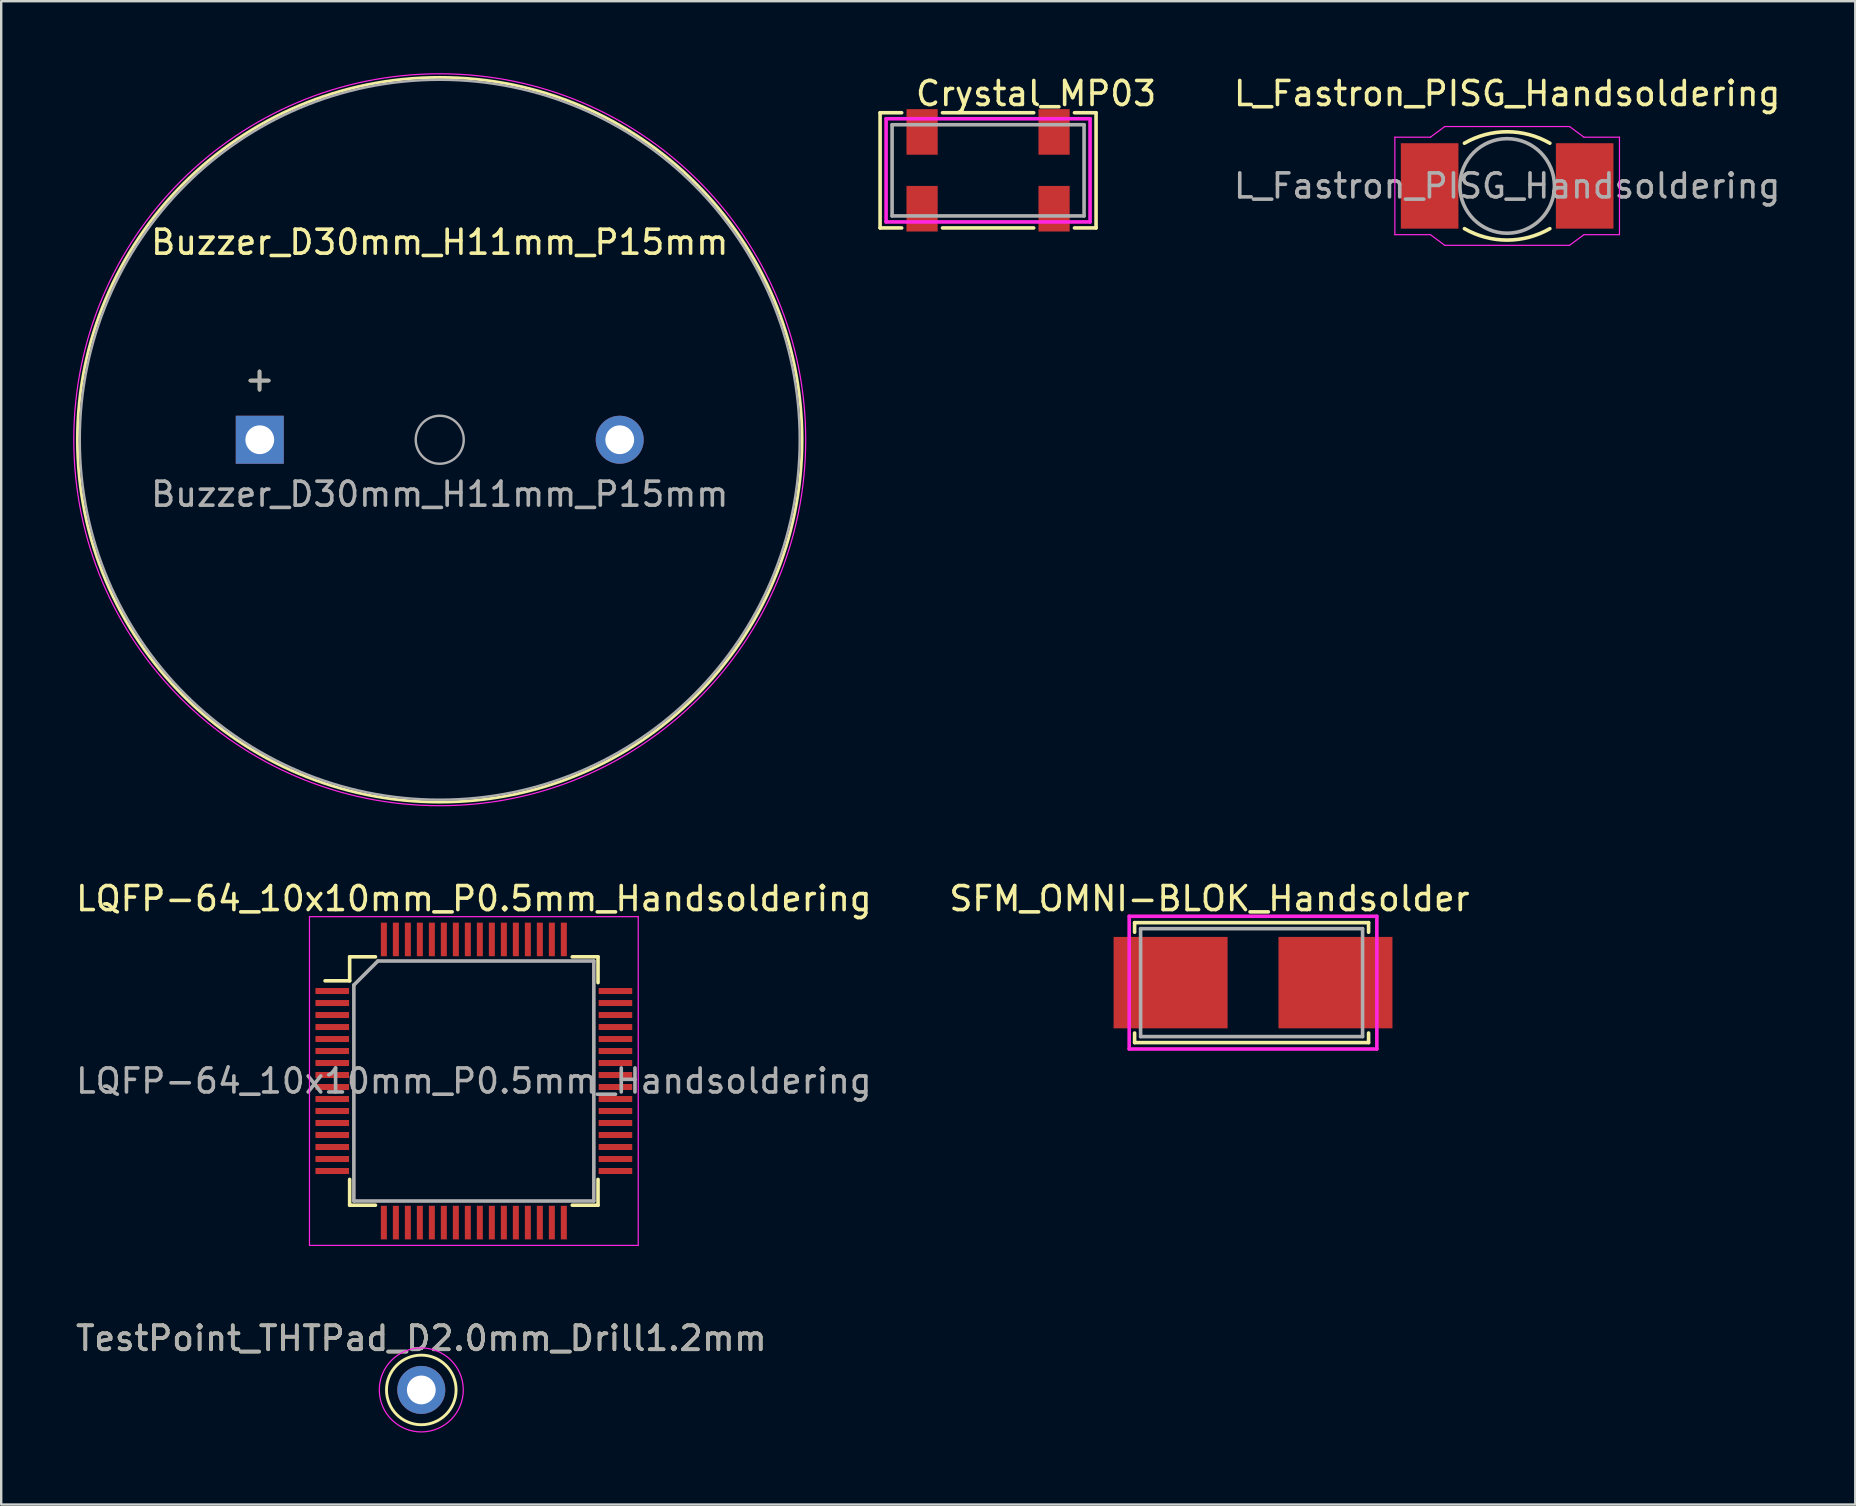
<source format=kicad_pcb>
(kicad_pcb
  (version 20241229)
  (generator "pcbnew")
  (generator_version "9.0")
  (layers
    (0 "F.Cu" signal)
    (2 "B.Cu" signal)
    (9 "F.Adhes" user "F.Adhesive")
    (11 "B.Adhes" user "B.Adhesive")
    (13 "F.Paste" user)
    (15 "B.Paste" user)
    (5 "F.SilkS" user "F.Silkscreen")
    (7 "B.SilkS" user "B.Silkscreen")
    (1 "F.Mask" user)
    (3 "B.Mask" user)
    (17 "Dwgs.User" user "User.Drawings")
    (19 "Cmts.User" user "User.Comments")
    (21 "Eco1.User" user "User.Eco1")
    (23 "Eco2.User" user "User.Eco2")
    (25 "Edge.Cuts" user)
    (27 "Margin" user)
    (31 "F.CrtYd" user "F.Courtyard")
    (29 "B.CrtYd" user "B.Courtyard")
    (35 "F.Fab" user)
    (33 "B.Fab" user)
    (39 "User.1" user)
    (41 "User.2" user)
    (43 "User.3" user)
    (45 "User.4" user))
  (footprint "Crystal_MP03"
    (layer "F.Cu")
    (at 35.375 2.448)
    (property "Reference" "Crystal_MP03" (at 4.75 -1.6 0) (layer "F.SilkS") (effects (font (size 1 1) (thickness 0.15))))
    (attr through_hole)
    (fp_line (start -1.75 -0.8) (end -0.85 -0.8) (stroke (width 0.15) (type solid)) (layer "F.SilkS"))
    (fp_line (start -1.75 4) (end -1.75 -0.8) (stroke (width 0.15) (type solid)) (layer "F.SilkS"))
    (fp_line (start -1.75 4) (end -0.85 4) (stroke (width 0.15) (type solid)) (layer "F.SilkS"))
    (fp_line (start 4.65 -0.8) (end 0.85 -0.8) (stroke (width 0.15) (type solid)) (layer "F.SilkS"))
    (fp_line (start 4.65 4) (end 0.85 4) (stroke (width 0.15) (type solid)) (layer "F.SilkS"))
    (fp_line (start 6.35 -0.8) (end 7.25 -0.8) (stroke (width 0.15) (type solid)) (layer "F.SilkS"))
    (fp_line (start 6.35 4) (end 7.25 4) (stroke (width 0.15) (type solid)) (layer "F.SilkS"))
    (fp_line (start 7.25 -0.8) (end 7.25 4) (stroke (width 0.15) (type solid)) (layer "F.SilkS"))
    (fp_line (start -1.5 -0.55) (end 7 -0.55) (stroke (width 0.15) (type solid)) (layer "F.CrtYd"))
    (fp_line (start -1.5 3.75) (end -1.5 -0.55) (stroke (width 0.15) (type solid)) (layer "F.CrtYd"))
    (fp_line (start 7 -0.55) (end 7 3.75) (stroke (width 0.15) (type solid)) (layer "F.CrtYd"))
    (fp_line (start 7 3.75) (end -1.5 3.75) (stroke (width 0.15) (type solid)) (layer "F.CrtYd"))
    (fp_line (start -1.25 -0.3) (end 6.75 -0.3) (stroke (width 0.15) (type solid)) (layer "F.Fab"))
    (fp_line (start -1.25 3.5) (end -1.25 -0.3) (stroke (width 0.15) (type solid)) (layer "F.Fab"))
    (fp_line (start 6.75 -0.3) (end 6.75 3.5) (stroke (width 0.15) (type solid)) (layer "F.Fab"))
    (fp_line (start 6.75 3.5) (end -1.25 3.5) (stroke (width 0.15) (type solid)) (layer "F.Fab"))
    (pad "" smd rect (at 5.5 0) (size 1.3 1.9) (layers "F.Cu" "F.Mask" "F.Paste"))
    (pad "" smd rect (at 5.5 3.2) (size 1.3 1.9) (layers "F.Cu" "F.Mask" "F.Paste"))
    (pad "1" smd rect (at 0 0) (size 1.3 1.9) (layers "F.Cu" "F.Mask" "F.Paste"))
    (pad "2" smd rect (at 0 3.2) (size 1.3 1.9) (layers "F.Cu" "F.Mask" "F.Paste")))
  (footprint "SFM_OMNI-BLOK_Handsolder"
    (layer "F.Cu")
    (at 45.981 37.898)
    (property "Reference" "SFM_OMNI-BLOK_Handsolder" (at 1.37 -3.5 180) (layer "F.SilkS") (effects (font (size 1 1) (thickness 0.15))))
    (attr through_hole)
    (fp_line (start -1.75 -2.5) (end 8 -2.5) (stroke (width 0.15) (type solid)) (layer "F.SilkS"))
    (fp_line (start -1.75 -2.1) (end -1.75 -2.5) (stroke (width 0.15) (type solid)) (layer "F.SilkS"))
    (fp_line (start -1.75 2.5) (end -1.75 2.1) (stroke (width 0.15) (type solid)) (layer "F.SilkS"))
    (fp_line (start 8 -2.1) (end 8 -2.5) (stroke (width 0.15) (type solid)) (layer "F.SilkS"))
    (fp_line (start 8 2.5) (end -1.75 2.5) (stroke (width 0.15) (type solid)) (layer "F.SilkS"))
    (fp_line (start 8 2.5) (end 8 2.1) (stroke (width 0.15) (type solid)) (layer "F.SilkS"))
    (fp_line (start -1.975 -2.765) (end -1.975 2.765) (stroke (width 0.15) (type solid)) (layer "F.CrtYd"))
    (fp_line (start -1.975 -2.765) (end 8.345 -2.765) (stroke (width 0.15) (type solid)) (layer "F.CrtYd"))
    (fp_line (start -1.975 2.765) (end 8.345 2.765) (stroke (width 0.15) (type solid)) (layer "F.CrtYd"))
    (fp_line (start 8.345 -2.765) (end 8.345 2.765) (stroke (width 0.15) (type solid)) (layer "F.CrtYd"))
    (fp_line (start -1.5 -2.25) (end 7.75 -2.25) (stroke (width 0.15) (type solid)) (layer "F.Fab"))
    (fp_line (start -1.5 2.25) (end -1.5 -2.25) (stroke (width 0.15) (type solid)) (layer "F.Fab"))
    (fp_line (start 7.75 -2.25) (end 7.75 2.25) (stroke (width 0.15) (type solid)) (layer "F.Fab"))
    (fp_line (start 7.75 2.25) (end -1.5 2.25) (stroke (width 0.15) (type solid)) (layer "F.Fab"))
    (pad "1" smd rect (at -0.25 0) (size 4.75 3.81) (layers "F.Cu" "F.Mask" "F.Paste"))
    (pad "2" smd rect (at 6.62 0) (size 4.75 3.81) (layers "F.Cu" "F.Mask" "F.Paste")))
  (footprint "Buzzer_D30mm_H11mm_P15mm"
    (layer "F.Cu")
    (at 7.775 15.275)
    (property "Reference" "Buzzer_D30mm_H11mm_P15mm" (at 7.5 -8.23 0) (layer "F.SilkS") (effects (font (size 1 1) (thickness 0.15))))
    (attr through_hole)
    (fp_circle (center 7.5 0) (end 22.6 0) (stroke (width 0.12) (type solid)) (fill no) (layer "F.SilkS"))
    (fp_circle (center 7.5 0) (end 22.75 0) (stroke (width 0.05) (type solid)) (fill no) (layer "F.CrtYd"))
    (fp_circle (center 7.5 0) (end 8.5 0) (stroke (width 0.1) (type solid)) (fill no) (layer "F.Fab"))
    (fp_circle (center 7.5 0) (end 22.5 0) (stroke (width 0.1) (type solid)) (fill no) (layer "F.Fab"))
    (fp_text user "+" (at -0.01 -2.54 0) (layer "F.SilkS") (effects (font (size 1 1) (thickness 0.15))))
    (fp_text user "+" (at -0.01 -2.54 0) (layer "F.Fab") (effects (font (size 1 1) (thickness 0.15))))
    (fp_text user "${REFERENCE}" (at 7.5 2.27 0) (layer "F.Fab") (effects (font (size 1 1) (thickness 0.15))))
    (pad "1" thru_hole rect (at 0 0) (size 2 2) (drill 1.2) (layers "*.Cu" "*.Mask"))
    (pad "2" thru_hole circle (at 15 0) (size 2 2) (drill 1.2) (layers "*.Cu" "*.Mask")))
  (footprint "TestPoint_THTPad_D2.0mm_Drill1.2mm"
    (layer "F.Cu")
    (at 14.506 54.871)
    (property "Reference" "TestPoint_THTPad_D2.0mm_Drill1.2mm" (at 0 -2.148 0) (layer "F.SilkS") (effects (font (size 1 1) (thickness 0.15))))
    (attr exclude_from_pos_files exclude_from_bom)
    (fp_circle (center 0 0) (end 0 1.45) (stroke (width 0.12) (type solid)) (fill no) (layer "F.SilkS"))
    (fp_circle (center 0 0) (end 1.75 0) (stroke (width 0.05) (type solid)) (fill no) (layer "F.CrtYd"))
    (fp_text user "${REFERENCE}" (at 0 -2.15 0) (layer "F.Fab") (effects (font (size 1 1) (thickness 0.15))))
    (pad "1" thru_hole circle (at 0 0) (size 2 2) (drill 1.2) (layers "*.Cu" "*.Mask")))
  (footprint "LQFP-64_10x10mm_P0.5mm_Handsoldering"
    (layer "F.Cu")
    (at 16.696 41.998)
    (property "Reference" "LQFP-64_10x10mm_P0.5mm_Handsoldering" (at 0 -7.6 0) (layer "F.SilkS") (effects (font (size 1 1) (thickness 0.15))))
    (attr smd)
    (fp_line (start -5.175 -5.175) (end -5.175 -4.175) (stroke (width 0.15) (type solid)) (layer "F.SilkS"))
    (fp_line (start -5.175 -5.175) (end -4.1 -5.175) (stroke (width 0.15) (type solid)) (layer "F.SilkS"))
    (fp_line (start -5.175 -4.175) (end -6.2 -4.175) (stroke (width 0.15) (type solid)) (layer "F.SilkS"))
    (fp_line (start -5.175 5.175) (end -5.175 4.1) (stroke (width 0.15) (type solid)) (layer "F.SilkS"))
    (fp_line (start -5.175 5.175) (end -4.1 5.175) (stroke (width 0.15) (type solid)) (layer "F.SilkS"))
    (fp_line (start 5.175 -5.175) (end 4.1 -5.175) (stroke (width 0.15) (type solid)) (layer "F.SilkS"))
    (fp_line (start 5.175 -5.175) (end 5.175 -4.1) (stroke (width 0.15) (type solid)) (layer "F.SilkS"))
    (fp_line (start 5.175 5.175) (end 4.1 5.175) (stroke (width 0.15) (type solid)) (layer "F.SilkS"))
    (fp_line (start 5.175 5.175) (end 5.175 4.1) (stroke (width 0.15) (type solid)) (layer "F.SilkS"))
    (fp_line (start -6.85 -6.85) (end -6.85 6.85) (stroke (width 0.05) (type solid)) (layer "F.CrtYd"))
    (fp_line (start -6.85 -6.85) (end 6.85 -6.85) (stroke (width 0.05) (type solid)) (layer "F.CrtYd"))
    (fp_line (start -6.85 6.85) (end 6.85 6.85) (stroke (width 0.05) (type solid)) (layer "F.CrtYd"))
    (fp_line (start 6.85 -6.85) (end 6.85 6.85) (stroke (width 0.05) (type solid)) (layer "F.CrtYd"))
    (fp_line (start -5 -4) (end -4 -5) (stroke (width 0.15) (type solid)) (layer "F.Fab"))
    (fp_line (start -5 5) (end -5 -4) (stroke (width 0.15) (type solid)) (layer "F.Fab"))
    (fp_line (start -4 -5) (end 5 -5) (stroke (width 0.15) (type solid)) (layer "F.Fab"))
    (fp_line (start 5 -5) (end 5 5) (stroke (width 0.15) (type solid)) (layer "F.Fab"))
    (fp_line (start 5 5) (end -5 5) (stroke (width 0.15) (type solid)) (layer "F.Fab"))
    (fp_text user "${REFERENCE}" (at 0 0 0) (layer "F.Fab") (effects (font (size 1 1) (thickness 0.15))))
    (pad "1" smd rect (at -5.9 -3.75) (size 1.4 0.25) (layers "F.Cu" "F.Mask" "F.Paste"))
    (pad "2" smd rect (at -5.9 -3.25) (size 1.4 0.25) (layers "F.Cu" "F.Mask" "F.Paste"))
    (pad "3" smd rect (at -5.9 -2.75) (size 1.4 0.25) (layers "F.Cu" "F.Mask" "F.Paste"))
    (pad "4" smd rect (at -5.9 -2.25) (size 1.4 0.25) (layers "F.Cu" "F.Mask" "F.Paste"))
    (pad "5" smd rect (at -5.9 -1.75) (size 1.4 0.25) (layers "F.Cu" "F.Mask" "F.Paste"))
    (pad "6" smd rect (at -5.9 -1.25) (size 1.4 0.25) (layers "F.Cu" "F.Mask" "F.Paste"))
    (pad "7" smd rect (at -5.9 -0.75) (size 1.4 0.25) (layers "F.Cu" "F.Mask" "F.Paste"))
    (pad "8" smd rect (at -5.9 -0.25) (size 1.4 0.25) (layers "F.Cu" "F.Mask" "F.Paste"))
    (pad "9" smd rect (at -5.9 0.25) (size 1.4 0.25) (layers "F.Cu" "F.Mask" "F.Paste"))
    (pad "10" smd rect (at -5.9 0.75) (size 1.4 0.25) (layers "F.Cu" "F.Mask" "F.Paste"))
    (pad "11" smd rect (at -5.9 1.25) (size 1.4 0.25) (layers "F.Cu" "F.Mask" "F.Paste"))
    (pad "12" smd rect (at -5.9 1.75) (size 1.4 0.25) (layers "F.Cu" "F.Mask" "F.Paste"))
    (pad "13" smd rect (at -5.9 2.25) (size 1.4 0.25) (layers "F.Cu" "F.Mask" "F.Paste"))
    (pad "14" smd rect (at -5.9 2.75) (size 1.4 0.25) (layers "F.Cu" "F.Mask" "F.Paste"))
    (pad "15" smd rect (at -5.9 3.25) (size 1.4 0.25) (layers "F.Cu" "F.Mask" "F.Paste"))
    (pad "16" smd rect (at -5.9 3.75) (size 1.4 0.25) (layers "F.Cu" "F.Mask" "F.Paste"))
    (pad "17" smd rect (at -3.75 5.9 90) (size 1.4 0.25) (layers "F.Cu" "F.Mask" "F.Paste"))
    (pad "18" smd rect (at -3.25 5.9 90) (size 1.4 0.25) (layers "F.Cu" "F.Mask" "F.Paste"))
    (pad "19" smd rect (at -2.75 5.9 90) (size 1.4 0.25) (layers "F.Cu" "F.Mask" "F.Paste"))
    (pad "20" smd rect (at -2.25 5.9 90) (size 1.4 0.25) (layers "F.Cu" "F.Mask" "F.Paste"))
    (pad "21" smd rect (at -1.75 5.9 90) (size 1.4 0.25) (layers "F.Cu" "F.Mask" "F.Paste"))
    (pad "22" smd rect (at -1.25 5.9 90) (size 1.4 0.25) (layers "F.Cu" "F.Mask" "F.Paste"))
    (pad "23" smd rect (at -0.75 5.9 90) (size 1.4 0.25) (layers "F.Cu" "F.Mask" "F.Paste"))
    (pad "24" smd rect (at -0.25 5.9 90) (size 1.4 0.25) (layers "F.Cu" "F.Mask" "F.Paste"))
    (pad "25" smd rect (at 0.25 5.9 90) (size 1.4 0.25) (layers "F.Cu" "F.Mask" "F.Paste"))
    (pad "26" smd rect (at 0.75 5.9 90) (size 1.4 0.25) (layers "F.Cu" "F.Mask" "F.Paste"))
    (pad "27" smd rect (at 1.25 5.9 90) (size 1.4 0.25) (layers "F.Cu" "F.Mask" "F.Paste"))
    (pad "28" smd rect (at 1.75 5.9 90) (size 1.4 0.25) (layers "F.Cu" "F.Mask" "F.Paste"))
    (pad "29" smd rect (at 2.25 5.9 90) (size 1.4 0.25) (layers "F.Cu" "F.Mask" "F.Paste"))
    (pad "30" smd rect (at 2.75 5.9 90) (size 1.4 0.25) (layers "F.Cu" "F.Mask" "F.Paste"))
    (pad "31" smd rect (at 3.25 5.9 90) (size 1.4 0.25) (layers "F.Cu" "F.Mask" "F.Paste"))
    (pad "32" smd rect (at 3.75 5.9 90) (size 1.4 0.25) (layers "F.Cu" "F.Mask" "F.Paste"))
    (pad "33" smd rect (at 5.9 3.75) (size 1.4 0.25) (layers "F.Cu" "F.Mask" "F.Paste"))
    (pad "34" smd rect (at 5.9 3.25) (size 1.4 0.25) (layers "F.Cu" "F.Mask" "F.Paste"))
    (pad "35" smd rect (at 5.9 2.75) (size 1.4 0.25) (layers "F.Cu" "F.Mask" "F.Paste"))
    (pad "36" smd rect (at 5.9 2.25) (size 1.4 0.25) (layers "F.Cu" "F.Mask" "F.Paste"))
    (pad "37" smd rect (at 5.9 1.75) (size 1.4 0.25) (layers "F.Cu" "F.Mask" "F.Paste"))
    (pad "38" smd rect (at 5.9 1.25) (size 1.4 0.25) (layers "F.Cu" "F.Mask" "F.Paste"))
    (pad "39" smd rect (at 5.9 0.75) (size 1.4 0.25) (layers "F.Cu" "F.Mask" "F.Paste"))
    (pad "40" smd rect (at 5.9 0.25) (size 1.4 0.25) (layers "F.Cu" "F.Mask" "F.Paste"))
    (pad "41" smd rect (at 5.9 -0.25) (size 1.4 0.25) (layers "F.Cu" "F.Mask" "F.Paste"))
    (pad "42" smd rect (at 5.9 -0.75) (size 1.4 0.25) (layers "F.Cu" "F.Mask" "F.Paste"))
    (pad "43" smd rect (at 5.9 -1.25) (size 1.4 0.25) (layers "F.Cu" "F.Mask" "F.Paste"))
    (pad "44" smd rect (at 5.9 -1.75) (size 1.4 0.25) (layers "F.Cu" "F.Mask" "F.Paste"))
    (pad "45" smd rect (at 5.9 -2.25) (size 1.4 0.25) (layers "F.Cu" "F.Mask" "F.Paste"))
    (pad "46" smd rect (at 5.9 -2.75) (size 1.4 0.25) (layers "F.Cu" "F.Mask" "F.Paste"))
    (pad "47" smd rect (at 5.9 -3.25) (size 1.4 0.25) (layers "F.Cu" "F.Mask" "F.Paste"))
    (pad "48" smd rect (at 5.9 -3.75) (size 1.4 0.25) (layers "F.Cu" "F.Mask" "F.Paste"))
    (pad "49" smd rect (at 3.75 -5.9 90) (size 1.4 0.25) (layers "F.Cu" "F.Mask" "F.Paste"))
    (pad "50" smd rect (at 3.25 -5.9 90) (size 1.4 0.25) (layers "F.Cu" "F.Mask" "F.Paste"))
    (pad "51" smd rect (at 2.75 -5.9 90) (size 1.4 0.25) (layers "F.Cu" "F.Mask" "F.Paste"))
    (pad "52" smd rect (at 2.25 -5.9 90) (size 1.4 0.25) (layers "F.Cu" "F.Mask" "F.Paste"))
    (pad "53" smd rect (at 1.75 -5.9 90) (size 1.4 0.25) (layers "F.Cu" "F.Mask" "F.Paste"))
    (pad "54" smd rect (at 1.25 -5.9 90) (size 1.4 0.25) (layers "F.Cu" "F.Mask" "F.Paste"))
    (pad "55" smd rect (at 0.75 -5.9 90) (size 1.4 0.25) (layers "F.Cu" "F.Mask" "F.Paste"))
    (pad "56" smd rect (at 0.25 -5.9 90) (size 1.4 0.25) (layers "F.Cu" "F.Mask" "F.Paste"))
    (pad "57" smd rect (at -0.25 -5.9 90) (size 1.4 0.25) (layers "F.Cu" "F.Mask" "F.Paste"))
    (pad "58" smd rect (at -0.75 -5.9 90) (size 1.4 0.25) (layers "F.Cu" "F.Mask" "F.Paste"))
    (pad "59" smd rect (at -1.25 -5.9 90) (size 1.4 0.25) (layers "F.Cu" "F.Mask" "F.Paste"))
    (pad "60" smd rect (at -1.75 -5.9 90) (size 1.4 0.25) (layers "F.Cu" "F.Mask" "F.Paste"))
    (pad "61" smd rect (at -2.25 -5.9 90) (size 1.4 0.25) (layers "F.Cu" "F.Mask" "F.Paste"))
    (pad "62" smd rect (at -2.75 -5.9 90) (size 1.4 0.25) (layers "F.Cu" "F.Mask" "F.Paste"))
    (pad "63" smd rect (at -3.25 -5.9 90) (size 1.4 0.25) (layers "F.Cu" "F.Mask" "F.Paste"))
    (pad "64" smd rect (at -3.75 -5.9 90) (size 1.4 0.25) (layers "F.Cu" "F.Mask" "F.Paste")))
  (footprint "L_Fastron_PISG_Handsoldering"
    (layer "F.Cu")
    (at 59.756 4.698)
    (property "Reference" "L_Fastron_PISG_Handsoldering" (at 0 -3.85 0) (layer "F.SilkS") (effects (font (size 1 1) (thickness 0.15))))
    (attr smd)
    (fp_arc (start -1.78 -1.78) (mid 0 -2.25695) (end 1.78 -1.78) (stroke (width 0.15) (type solid)) (layer "F.SilkS"))
    (fp_arc (start 1.78 1.78) (mid 0 2.25695) (end -1.78 1.78) (stroke (width 0.15) (type solid)) (layer "F.SilkS"))
    (fp_line (start -4.68 -2.03) (end -3.2 -2.03) (stroke (width 0.05) (type solid)) (layer "F.CrtYd"))
    (fp_line (start -4.68 2.03) (end -4.68 -2.03) (stroke (width 0.05) (type solid)) (layer "F.CrtYd"))
    (fp_line (start -3.2 -2.03) (end -2.6 -2.475) (stroke (width 0.05) (type solid)) (layer "F.CrtYd"))
    (fp_line (start -3.2 2.03) (end -4.68 2.03) (stroke (width 0.05) (type solid)) (layer "F.CrtYd"))
    (fp_line (start -2.6 -2.475) (end 2.6 -2.475) (stroke (width 0.05) (type solid)) (layer "F.CrtYd"))
    (fp_line (start -2.6 2.475) (end -3.2 2.03) (stroke (width 0.05) (type solid)) (layer "F.CrtYd"))
    (fp_line (start 2.6 -2.475) (end 3.2 -2.03) (stroke (width 0.05) (type solid)) (layer "F.CrtYd"))
    (fp_line (start 2.6 2.475) (end -2.6 2.475) (stroke (width 0.05) (type solid)) (layer "F.CrtYd"))
    (fp_line (start 3.2 2.03) (end 2.6 2.475) (stroke (width 0.05) (type solid)) (layer "F.CrtYd"))
    (fp_line (start 4.68 -2.03) (end 3.2 -2.03) (stroke (width 0.05) (type solid)) (layer "F.CrtYd"))
    (fp_line (start 4.68 -2.03) (end 4.68 2.03) (stroke (width 0.05) (type solid)) (layer "F.CrtYd"))
    (fp_line (start 4.68 2.03) (end 3.2 2.03) (stroke (width 0.05) (type solid)) (layer "F.CrtYd"))
    (fp_circle (center 0 0) (end 1.97 0) (stroke (width 0.15) (type solid)) (fill no) (layer "F.Fab"))
    (fp_text user "${REFERENCE}" (at 0 0 0) (layer "F.Fab") (effects (font (size 1 1) (thickness 0.15))))
    (pad "1" smd rect (at 3.23 0) (size 2.4 3.56) (layers "F.Cu" "F.Mask" "F.Paste"))
    (pad "2" smd rect (at -3.23 0) (size 2.4 3.56) (layers "F.Cu" "F.Mask" "F.Paste")))
  (gr_rect
    (start -3 -3)
    (end 74.262 59.647)
    (stroke (width 0.1) (type default))
    (fill no)
    (layer "Edge.Cuts")))
</source>
